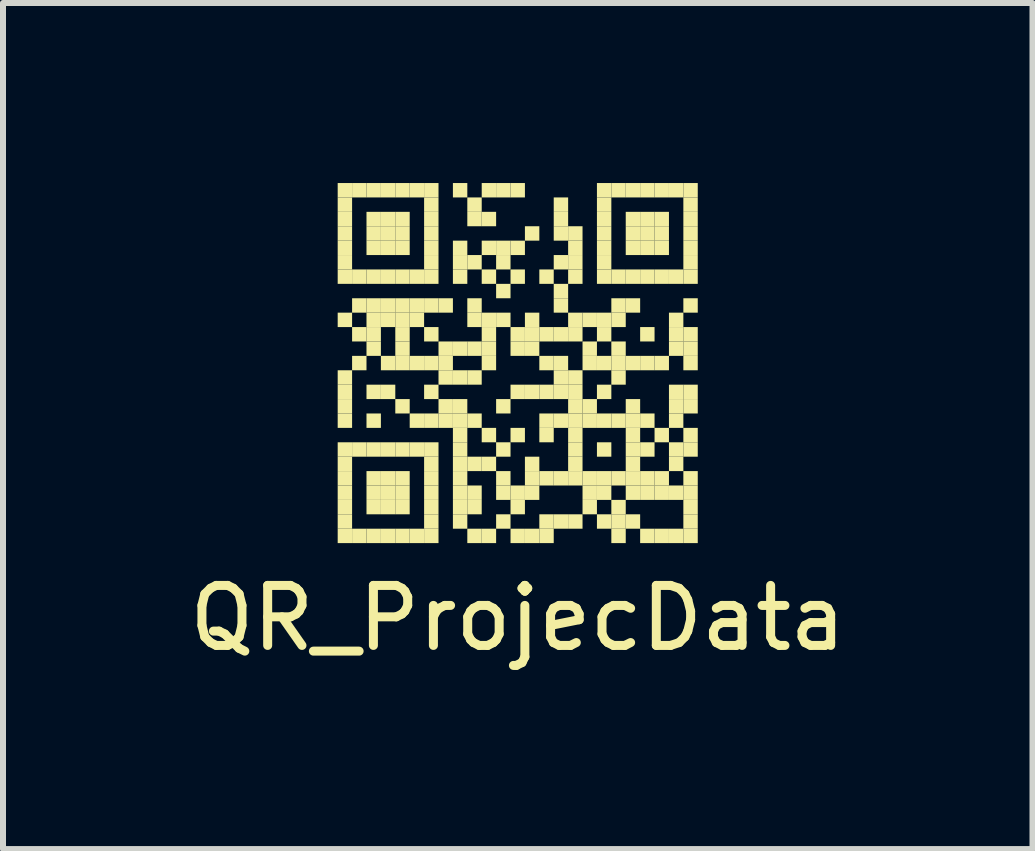
<source format=kicad_pcb>
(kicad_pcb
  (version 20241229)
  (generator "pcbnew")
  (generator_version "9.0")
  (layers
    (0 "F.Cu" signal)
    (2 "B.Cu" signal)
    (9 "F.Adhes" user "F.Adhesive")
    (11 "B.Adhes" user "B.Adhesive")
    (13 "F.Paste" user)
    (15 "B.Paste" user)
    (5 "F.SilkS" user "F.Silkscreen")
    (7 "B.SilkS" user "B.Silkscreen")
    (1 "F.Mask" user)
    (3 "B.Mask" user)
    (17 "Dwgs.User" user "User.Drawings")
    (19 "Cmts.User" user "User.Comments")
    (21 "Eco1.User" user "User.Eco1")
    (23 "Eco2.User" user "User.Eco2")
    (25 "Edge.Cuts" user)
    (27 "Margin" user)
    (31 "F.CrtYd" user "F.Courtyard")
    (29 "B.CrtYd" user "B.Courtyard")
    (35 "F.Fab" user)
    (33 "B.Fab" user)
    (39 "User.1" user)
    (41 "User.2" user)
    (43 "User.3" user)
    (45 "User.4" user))
  (footprint "QR_ProjecData"
    (layer "F.Cu")
    (at 5.577 3)
    (property "Reference" "QR_ProjecData" (at 0 4.25 0) (layer "F.SilkS") (effects (font (size 1 1) (thickness 0.15))))
    (attr exclude_from_pos_files exclude_from_bom)
    (fp_poly (pts (xy -3 -3) (xy -3 -2.76) (xy -2.76 -2.76) (xy -2.76 -3)) (stroke (width 0) (type solid)) (fill yes) (layer "F.SilkS"))
    (fp_poly (pts (xy -3 -2.76) (xy -3 -2.52) (xy -2.76 -2.52) (xy -2.76 -2.76)) (stroke (width 0) (type solid)) (fill yes) (layer "F.SilkS"))
    (fp_poly (pts (xy -3 -2.52) (xy -3 -2.28) (xy -2.76 -2.28) (xy -2.76 -2.52)) (stroke (width 0) (type solid)) (fill yes) (layer "F.SilkS"))
    (fp_poly (pts (xy -3 -2.28) (xy -3 -2.04) (xy -2.76 -2.04) (xy -2.76 -2.28)) (stroke (width 0) (type solid)) (fill yes) (layer "F.SilkS"))
    (fp_poly (pts (xy -3 -2.04) (xy -3 -1.8) (xy -2.76 -1.8) (xy -2.76 -2.04)) (stroke (width 0) (type solid)) (fill yes) (layer "F.SilkS"))
    (fp_poly (pts (xy -3 -1.8) (xy -3 -1.56) (xy -2.76 -1.56) (xy -2.76 -1.8)) (stroke (width 0) (type solid)) (fill yes) (layer "F.SilkS"))
    (fp_poly (pts (xy -3 -1.56) (xy -3 -1.32) (xy -2.76 -1.32) (xy -2.76 -1.56)) (stroke (width 0) (type solid)) (fill yes) (layer "F.SilkS"))
    (fp_poly (pts (xy -3 -0.84) (xy -3 -0.6) (xy -2.76 -0.6) (xy -2.76 -0.84)) (stroke (width 0) (type solid)) (fill yes) (layer "F.SilkS"))
    (fp_poly (pts (xy -3 0.12) (xy -3 0.36) (xy -2.76 0.36) (xy -2.76 0.12)) (stroke (width 0) (type solid)) (fill yes) (layer "F.SilkS"))
    (fp_poly (pts (xy -3 0.36) (xy -3 0.6) (xy -2.76 0.6) (xy -2.76 0.36)) (stroke (width 0) (type solid)) (fill yes) (layer "F.SilkS"))
    (fp_poly (pts (xy -3 0.6) (xy -3 0.84) (xy -2.76 0.84) (xy -2.76 0.6)) (stroke (width 0) (type solid)) (fill yes) (layer "F.SilkS"))
    (fp_poly (pts (xy -3 0.84) (xy -3 1.08) (xy -2.76 1.08) (xy -2.76 0.84)) (stroke (width 0) (type solid)) (fill yes) (layer "F.SilkS"))
    (fp_poly (pts (xy -3 1.32) (xy -3 1.56) (xy -2.76 1.56) (xy -2.76 1.32)) (stroke (width 0) (type solid)) (fill yes) (layer "F.SilkS"))
    (fp_poly (pts (xy -3 1.56) (xy -3 1.8) (xy -2.76 1.8) (xy -2.76 1.56)) (stroke (width 0) (type solid)) (fill yes) (layer "F.SilkS"))
    (fp_poly (pts (xy -3 1.8) (xy -3 2.04) (xy -2.76 2.04) (xy -2.76 1.8)) (stroke (width 0) (type solid)) (fill yes) (layer "F.SilkS"))
    (fp_poly (pts (xy -3 2.04) (xy -3 2.28) (xy -2.76 2.28) (xy -2.76 2.04)) (stroke (width 0) (type solid)) (fill yes) (layer "F.SilkS"))
    (fp_poly (pts (xy -3 2.28) (xy -3 2.52) (xy -2.76 2.52) (xy -2.76 2.28)) (stroke (width 0) (type solid)) (fill yes) (layer "F.SilkS"))
    (fp_poly (pts (xy -3 2.52) (xy -3 2.76) (xy -2.76 2.76) (xy -2.76 2.52)) (stroke (width 0) (type solid)) (fill yes) (layer "F.SilkS"))
    (fp_poly (pts (xy -3 2.76) (xy -3 3) (xy -2.76 3) (xy -2.76 2.76)) (stroke (width 0) (type solid)) (fill yes) (layer "F.SilkS"))
    (fp_poly (pts (xy -2.76 -3) (xy -2.76 -2.76) (xy -2.52 -2.76) (xy -2.52 -3)) (stroke (width 0) (type solid)) (fill yes) (layer "F.SilkS"))
    (fp_poly (pts (xy -2.76 -1.56) (xy -2.76 -1.32) (xy -2.52 -1.32) (xy -2.52 -1.56)) (stroke (width 0) (type solid)) (fill yes) (layer "F.SilkS"))
    (fp_poly (pts (xy -2.76 -1.08) (xy -2.76 -0.84) (xy -2.52 -0.84) (xy -2.52 -1.08)) (stroke (width 0) (type solid)) (fill yes) (layer "F.SilkS"))
    (fp_poly (pts (xy -2.76 -0.6) (xy -2.76 -0.36) (xy -2.52 -0.36) (xy -2.52 -0.6)) (stroke (width 0) (type solid)) (fill yes) (layer "F.SilkS"))
    (fp_poly (pts (xy -2.76 -0.12) (xy -2.76 0.12) (xy -2.52 0.12) (xy -2.52 -0.12)) (stroke (width 0) (type solid)) (fill yes) (layer "F.SilkS"))
    (fp_poly (pts (xy -2.76 1.32) (xy -2.76 1.56) (xy -2.52 1.56) (xy -2.52 1.32)) (stroke (width 0) (type solid)) (fill yes) (layer "F.SilkS"))
    (fp_poly (pts (xy -2.76 2.76) (xy -2.76 3) (xy -2.52 3) (xy -2.52 2.76)) (stroke (width 0) (type solid)) (fill yes) (layer "F.SilkS"))
    (fp_poly (pts (xy -2.52 -3) (xy -2.52 -2.76) (xy -2.28 -2.76) (xy -2.28 -3)) (stroke (width 0) (type solid)) (fill yes) (layer "F.SilkS"))
    (fp_poly (pts (xy -2.52 -2.52) (xy -2.52 -2.28) (xy -2.28 -2.28) (xy -2.28 -2.52)) (stroke (width 0) (type solid)) (fill yes) (layer "F.SilkS"))
    (fp_poly (pts (xy -2.52 -2.28) (xy -2.52 -2.04) (xy -2.28 -2.04) (xy -2.28 -2.28)) (stroke (width 0) (type solid)) (fill yes) (layer "F.SilkS"))
    (fp_poly (pts (xy -2.52 -2.04) (xy -2.52 -1.8) (xy -2.28 -1.8) (xy -2.28 -2.04)) (stroke (width 0) (type solid)) (fill yes) (layer "F.SilkS"))
    (fp_poly (pts (xy -2.52 -1.56) (xy -2.52 -1.32) (xy -2.28 -1.32) (xy -2.28 -1.56)) (stroke (width 0) (type solid)) (fill yes) (layer "F.SilkS"))
    (fp_poly (pts (xy -2.52 -1.08) (xy -2.52 -0.84) (xy -2.28 -0.84) (xy -2.28 -1.08)) (stroke (width 0) (type solid)) (fill yes) (layer "F.SilkS"))
    (fp_poly (pts (xy -2.52 -0.84) (xy -2.52 -0.6) (xy -2.28 -0.6) (xy -2.28 -0.84)) (stroke (width 0) (type solid)) (fill yes) (layer "F.SilkS"))
    (fp_poly (pts (xy -2.52 -0.6) (xy -2.52 -0.36) (xy -2.28 -0.36) (xy -2.28 -0.6)) (stroke (width 0) (type solid)) (fill yes) (layer "F.SilkS"))
    (fp_poly (pts (xy -2.52 -0.36) (xy -2.52 -0.12) (xy -2.28 -0.12) (xy -2.28 -0.36)) (stroke (width 0) (type solid)) (fill yes) (layer "F.SilkS"))
    (fp_poly (pts (xy -2.52 0.36) (xy -2.52 0.6) (xy -2.28 0.6) (xy -2.28 0.36)) (stroke (width 0) (type solid)) (fill yes) (layer "F.SilkS"))
    (fp_poly (pts (xy -2.52 0.84) (xy -2.52 1.08) (xy -2.28 1.08) (xy -2.28 0.84)) (stroke (width 0) (type solid)) (fill yes) (layer "F.SilkS"))
    (fp_poly (pts (xy -2.52 1.32) (xy -2.52 1.56) (xy -2.28 1.56) (xy -2.28 1.32)) (stroke (width 0) (type solid)) (fill yes) (layer "F.SilkS"))
    (fp_poly (pts (xy -2.52 1.8) (xy -2.52 2.04) (xy -2.28 2.04) (xy -2.28 1.8)) (stroke (width 0) (type solid)) (fill yes) (layer "F.SilkS"))
    (fp_poly (pts (xy -2.52 2.04) (xy -2.52 2.28) (xy -2.28 2.28) (xy -2.28 2.04)) (stroke (width 0) (type solid)) (fill yes) (layer "F.SilkS"))
    (fp_poly (pts (xy -2.52 2.28) (xy -2.52 2.52) (xy -2.28 2.52) (xy -2.28 2.28)) (stroke (width 0) (type solid)) (fill yes) (layer "F.SilkS"))
    (fp_poly (pts (xy -2.52 2.76) (xy -2.52 3) (xy -2.28 3) (xy -2.28 2.76)) (stroke (width 0) (type solid)) (fill yes) (layer "F.SilkS"))
    (fp_poly (pts (xy -2.28 -3) (xy -2.28 -2.76) (xy -2.04 -2.76) (xy -2.04 -3)) (stroke (width 0) (type solid)) (fill yes) (layer "F.SilkS"))
    (fp_poly (pts (xy -2.28 -2.52) (xy -2.28 -2.28) (xy -2.04 -2.28) (xy -2.04 -2.52)) (stroke (width 0) (type solid)) (fill yes) (layer "F.SilkS"))
    (fp_poly (pts (xy -2.28 -2.28) (xy -2.28 -2.04) (xy -2.04 -2.04) (xy -2.04 -2.28)) (stroke (width 0) (type solid)) (fill yes) (layer "F.SilkS"))
    (fp_poly (pts (xy -2.28 -2.04) (xy -2.28 -1.8) (xy -2.04 -1.8) (xy -2.04 -2.04)) (stroke (width 0) (type solid)) (fill yes) (layer "F.SilkS"))
    (fp_poly (pts (xy -2.28 -1.56) (xy -2.28 -1.32) (xy -2.04 -1.32) (xy -2.04 -1.56)) (stroke (width 0) (type solid)) (fill yes) (layer "F.SilkS"))
    (fp_poly (pts (xy -2.28 -1.08) (xy -2.28 -0.84) (xy -2.04 -0.84) (xy -2.04 -1.08)) (stroke (width 0) (type solid)) (fill yes) (layer "F.SilkS"))
    (fp_poly (pts (xy -2.28 -0.84) (xy -2.28 -0.6) (xy -2.04 -0.6) (xy -2.04 -0.84)) (stroke (width 0) (type solid)) (fill yes) (layer "F.SilkS"))
    (fp_poly (pts (xy -2.28 -0.12) (xy -2.28 0.12) (xy -2.04 0.12) (xy -2.04 -0.12)) (stroke (width 0) (type solid)) (fill yes) (layer "F.SilkS"))
    (fp_poly (pts (xy -2.28 0.36) (xy -2.28 0.6) (xy -2.04 0.6) (xy -2.04 0.36)) (stroke (width 0) (type solid)) (fill yes) (layer "F.SilkS"))
    (fp_poly (pts (xy -2.28 1.32) (xy -2.28 1.56) (xy -2.04 1.56) (xy -2.04 1.32)) (stroke (width 0) (type solid)) (fill yes) (layer "F.SilkS"))
    (fp_poly (pts (xy -2.28 1.8) (xy -2.28 2.04) (xy -2.04 2.04) (xy -2.04 1.8)) (stroke (width 0) (type solid)) (fill yes) (layer "F.SilkS"))
    (fp_poly (pts (xy -2.28 2.04) (xy -2.28 2.28) (xy -2.04 2.28) (xy -2.04 2.04)) (stroke (width 0) (type solid)) (fill yes) (layer "F.SilkS"))
    (fp_poly (pts (xy -2.28 2.28) (xy -2.28 2.52) (xy -2.04 2.52) (xy -2.04 2.28)) (stroke (width 0) (type solid)) (fill yes) (layer "F.SilkS"))
    (fp_poly (pts (xy -2.28 2.76) (xy -2.28 3) (xy -2.04 3) (xy -2.04 2.76)) (stroke (width 0) (type solid)) (fill yes) (layer "F.SilkS"))
    (fp_poly (pts (xy -2.04 -3) (xy -2.04 -2.76) (xy -1.8 -2.76) (xy -1.8 -3)) (stroke (width 0) (type solid)) (fill yes) (layer "F.SilkS"))
    (fp_poly (pts (xy -2.04 -2.52) (xy -2.04 -2.28) (xy -1.8 -2.28) (xy -1.8 -2.52)) (stroke (width 0) (type solid)) (fill yes) (layer "F.SilkS"))
    (fp_poly (pts (xy -2.04 -2.28) (xy -2.04 -2.04) (xy -1.8 -2.04) (xy -1.8 -2.28)) (stroke (width 0) (type solid)) (fill yes) (layer "F.SilkS"))
    (fp_poly (pts (xy -2.04 -2.04) (xy -2.04 -1.8) (xy -1.8 -1.8) (xy -1.8 -2.04)) (stroke (width 0) (type solid)) (fill yes) (layer "F.SilkS"))
    (fp_poly (pts (xy -2.04 -1.56) (xy -2.04 -1.32) (xy -1.8 -1.32) (xy -1.8 -1.56)) (stroke (width 0) (type solid)) (fill yes) (layer "F.SilkS"))
    (fp_poly (pts (xy -2.04 -1.08) (xy -2.04 -0.84) (xy -1.8 -0.84) (xy -1.8 -1.08)) (stroke (width 0) (type solid)) (fill yes) (layer "F.SilkS"))
    (fp_poly (pts (xy -2.04 -0.84) (xy -2.04 -0.6) (xy -1.8 -0.6) (xy -1.8 -0.84)) (stroke (width 0) (type solid)) (fill yes) (layer "F.SilkS"))
    (fp_poly (pts (xy -2.04 -0.6) (xy -2.04 -0.36) (xy -1.8 -0.36) (xy -1.8 -0.6)) (stroke (width 0) (type solid)) (fill yes) (layer "F.SilkS"))
    (fp_poly (pts (xy -2.04 -0.36) (xy -2.04 -0.12) (xy -1.8 -0.12) (xy -1.8 -0.36)) (stroke (width 0) (type solid)) (fill yes) (layer "F.SilkS"))
    (fp_poly (pts (xy -2.04 -0.12) (xy -2.04 0.12) (xy -1.8 0.12) (xy -1.8 -0.12)) (stroke (width 0) (type solid)) (fill yes) (layer "F.SilkS"))
    (fp_poly (pts (xy -2.04 0.6) (xy -2.04 0.84) (xy -1.8 0.84) (xy -1.8 0.6)) (stroke (width 0) (type solid)) (fill yes) (layer "F.SilkS"))
    (fp_poly (pts (xy -2.04 1.32) (xy -2.04 1.56) (xy -1.8 1.56) (xy -1.8 1.32)) (stroke (width 0) (type solid)) (fill yes) (layer "F.SilkS"))
    (fp_poly (pts (xy -2.04 1.8) (xy -2.04 2.04) (xy -1.8 2.04) (xy -1.8 1.8)) (stroke (width 0) (type solid)) (fill yes) (layer "F.SilkS"))
    (fp_poly (pts (xy -2.04 2.04) (xy -2.04 2.28) (xy -1.8 2.28) (xy -1.8 2.04)) (stroke (width 0) (type solid)) (fill yes) (layer "F.SilkS"))
    (fp_poly (pts (xy -2.04 2.28) (xy -2.04 2.52) (xy -1.8 2.52) (xy -1.8 2.28)) (stroke (width 0) (type solid)) (fill yes) (layer "F.SilkS"))
    (fp_poly (pts (xy -2.04 2.76) (xy -2.04 3) (xy -1.8 3) (xy -1.8 2.76)) (stroke (width 0) (type solid)) (fill yes) (layer "F.SilkS"))
    (fp_poly (pts (xy -1.8 -3) (xy -1.8 -2.76) (xy -1.56 -2.76) (xy -1.56 -3)) (stroke (width 0) (type solid)) (fill yes) (layer "F.SilkS"))
    (fp_poly (pts (xy -1.8 -1.56) (xy -1.8 -1.32) (xy -1.56 -1.32) (xy -1.56 -1.56)) (stroke (width 0) (type solid)) (fill yes) (layer "F.SilkS"))
    (fp_poly (pts (xy -1.8 -1.08) (xy -1.8 -0.84) (xy -1.56 -0.84) (xy -1.56 -1.08)) (stroke (width 0) (type solid)) (fill yes) (layer "F.SilkS"))
    (fp_poly (pts (xy -1.8 -0.84) (xy -1.8 -0.6) (xy -1.56 -0.6) (xy -1.56 -0.84)) (stroke (width 0) (type solid)) (fill yes) (layer "F.SilkS"))
    (fp_poly (pts (xy -1.8 -0.12) (xy -1.8 0.12) (xy -1.56 0.12) (xy -1.56 -0.12)) (stroke (width 0) (type solid)) (fill yes) (layer "F.SilkS"))
    (fp_poly (pts (xy -1.8 0.84) (xy -1.8 1.08) (xy -1.56 1.08) (xy -1.56 0.84)) (stroke (width 0) (type solid)) (fill yes) (layer "F.SilkS"))
    (fp_poly (pts (xy -1.8 1.32) (xy -1.8 1.56) (xy -1.56 1.56) (xy -1.56 1.32)) (stroke (width 0) (type solid)) (fill yes) (layer "F.SilkS"))
    (fp_poly (pts (xy -1.8 2.76) (xy -1.8 3) (xy -1.56 3) (xy -1.56 2.76)) (stroke (width 0) (type solid)) (fill yes) (layer "F.SilkS"))
    (fp_poly (pts (xy -1.56 -3) (xy -1.56 -2.76) (xy -1.32 -2.76) (xy -1.32 -3)) (stroke (width 0) (type solid)) (fill yes) (layer "F.SilkS"))
    (fp_poly (pts (xy -1.56 -2.76) (xy -1.56 -2.52) (xy -1.32 -2.52) (xy -1.32 -2.76)) (stroke (width 0) (type solid)) (fill yes) (layer "F.SilkS"))
    (fp_poly (pts (xy -1.56 -2.52) (xy -1.56 -2.28) (xy -1.32 -2.28) (xy -1.32 -2.52)) (stroke (width 0) (type solid)) (fill yes) (layer "F.SilkS"))
    (fp_poly (pts (xy -1.56 -2.28) (xy -1.56 -2.04) (xy -1.32 -2.04) (xy -1.32 -2.28)) (stroke (width 0) (type solid)) (fill yes) (layer "F.SilkS"))
    (fp_poly (pts (xy -1.56 -2.04) (xy -1.56 -1.8) (xy -1.32 -1.8) (xy -1.32 -2.04)) (stroke (width 0) (type solid)) (fill yes) (layer "F.SilkS"))
    (fp_poly (pts (xy -1.56 -1.8) (xy -1.56 -1.56) (xy -1.32 -1.56) (xy -1.32 -1.8)) (stroke (width 0) (type solid)) (fill yes) (layer "F.SilkS"))
    (fp_poly (pts (xy -1.56 -1.56) (xy -1.56 -1.32) (xy -1.32 -1.32) (xy -1.32 -1.56)) (stroke (width 0) (type solid)) (fill yes) (layer "F.SilkS"))
    (fp_poly (pts (xy -1.56 -1.08) (xy -1.56 -0.84) (xy -1.32 -0.84) (xy -1.32 -1.08)) (stroke (width 0) (type solid)) (fill yes) (layer "F.SilkS"))
    (fp_poly (pts (xy -1.56 -0.6) (xy -1.56 -0.36) (xy -1.32 -0.36) (xy -1.32 -0.6)) (stroke (width 0) (type solid)) (fill yes) (layer "F.SilkS"))
    (fp_poly (pts (xy -1.56 -0.12) (xy -1.56 0.12) (xy -1.32 0.12) (xy -1.32 -0.12)) (stroke (width 0) (type solid)) (fill yes) (layer "F.SilkS"))
    (fp_poly (pts (xy -1.56 0.36) (xy -1.56 0.6) (xy -1.32 0.6) (xy -1.32 0.36)) (stroke (width 0) (type solid)) (fill yes) (layer "F.SilkS"))
    (fp_poly (pts (xy -1.56 0.84) (xy -1.56 1.08) (xy -1.32 1.08) (xy -1.32 0.84)) (stroke (width 0) (type solid)) (fill yes) (layer "F.SilkS"))
    (fp_poly (pts (xy -1.56 1.32) (xy -1.56 1.56) (xy -1.32 1.56) (xy -1.32 1.32)) (stroke (width 0) (type solid)) (fill yes) (layer "F.SilkS"))
    (fp_poly (pts (xy -1.56 1.56) (xy -1.56 1.8) (xy -1.32 1.8) (xy -1.32 1.56)) (stroke (width 0) (type solid)) (fill yes) (layer "F.SilkS"))
    (fp_poly (pts (xy -1.56 1.8) (xy -1.56 2.04) (xy -1.32 2.04) (xy -1.32 1.8)) (stroke (width 0) (type solid)) (fill yes) (layer "F.SilkS"))
    (fp_poly (pts (xy -1.56 2.04) (xy -1.56 2.28) (xy -1.32 2.28) (xy -1.32 2.04)) (stroke (width 0) (type solid)) (fill yes) (layer "F.SilkS"))
    (fp_poly (pts (xy -1.56 2.28) (xy -1.56 2.52) (xy -1.32 2.52) (xy -1.32 2.28)) (stroke (width 0) (type solid)) (fill yes) (layer "F.SilkS"))
    (fp_poly (pts (xy -1.56 2.52) (xy -1.56 2.76) (xy -1.32 2.76) (xy -1.32 2.52)) (stroke (width 0) (type solid)) (fill yes) (layer "F.SilkS"))
    (fp_poly (pts (xy -1.56 2.76) (xy -1.56 3) (xy -1.32 3) (xy -1.32 2.76)) (stroke (width 0) (type solid)) (fill yes) (layer "F.SilkS"))
    (fp_poly (pts (xy -1.32 -1.08) (xy -1.32 -0.84) (xy -1.08 -0.84) (xy -1.08 -1.08)) (stroke (width 0) (type solid)) (fill yes) (layer "F.SilkS"))
    (fp_poly (pts (xy -1.32 -0.36) (xy -1.32 -0.12) (xy -1.08 -0.12) (xy -1.08 -0.36)) (stroke (width 0) (type solid)) (fill yes) (layer "F.SilkS"))
    (fp_poly (pts (xy -1.32 -0.12) (xy -1.32 0.12) (xy -1.08 0.12) (xy -1.08 -0.12)) (stroke (width 0) (type solid)) (fill yes) (layer "F.SilkS"))
    (fp_poly (pts (xy -1.32 0.12) (xy -1.32 0.36) (xy -1.08 0.36) (xy -1.08 0.12)) (stroke (width 0) (type solid)) (fill yes) (layer "F.SilkS"))
    (fp_poly (pts (xy -1.32 0.6) (xy -1.32 0.84) (xy -1.08 0.84) (xy -1.08 0.6)) (stroke (width 0) (type solid)) (fill yes) (layer "F.SilkS"))
    (fp_poly (pts (xy -1.32 0.84) (xy -1.32 1.08) (xy -1.08 1.08) (xy -1.08 0.84)) (stroke (width 0) (type solid)) (fill yes) (layer "F.SilkS"))
    (fp_poly (pts (xy -1.08 -3) (xy -1.08 -2.76) (xy -0.84 -2.76) (xy -0.84 -3)) (stroke (width 0) (type solid)) (fill yes) (layer "F.SilkS"))
    (fp_poly (pts (xy -1.08 -2.04) (xy -1.08 -1.8) (xy -0.84 -1.8) (xy -0.84 -2.04)) (stroke (width 0) (type solid)) (fill yes) (layer "F.SilkS"))
    (fp_poly (pts (xy -1.08 -1.8) (xy -1.08 -1.56) (xy -0.84 -1.56) (xy -0.84 -1.8)) (stroke (width 0) (type solid)) (fill yes) (layer "F.SilkS"))
    (fp_poly (pts (xy -1.08 -1.56) (xy -1.08 -1.32) (xy -0.84 -1.32) (xy -0.84 -1.56)) (stroke (width 0) (type solid)) (fill yes) (layer "F.SilkS"))
    (fp_poly (pts (xy -1.08 -0.36) (xy -1.08 -0.12) (xy -0.84 -0.12) (xy -0.84 -0.36)) (stroke (width 0) (type solid)) (fill yes) (layer "F.SilkS"))
    (fp_poly (pts (xy -1.08 0.12) (xy -1.08 0.36) (xy -0.84 0.36) (xy -0.84 0.12)) (stroke (width 0) (type solid)) (fill yes) (layer "F.SilkS"))
    (fp_poly (pts (xy -1.08 0.6) (xy -1.08 0.84) (xy -0.84 0.84) (xy -0.84 0.6)) (stroke (width 0) (type solid)) (fill yes) (layer "F.SilkS"))
    (fp_poly (pts (xy -1.08 0.84) (xy -1.08 1.08) (xy -0.84 1.08) (xy -0.84 0.84)) (stroke (width 0) (type solid)) (fill yes) (layer "F.SilkS"))
    (fp_poly (pts (xy -1.08 1.08) (xy -1.08 1.32) (xy -0.84 1.32) (xy -0.84 1.08)) (stroke (width 0) (type solid)) (fill yes) (layer "F.SilkS"))
    (fp_poly (pts (xy -1.08 1.32) (xy -1.08 1.56) (xy -0.84 1.56) (xy -0.84 1.32)) (stroke (width 0) (type solid)) (fill yes) (layer "F.SilkS"))
    (fp_poly (pts (xy -1.08 1.56) (xy -1.08 1.8) (xy -0.84 1.8) (xy -0.84 1.56)) (stroke (width 0) (type solid)) (fill yes) (layer "F.SilkS"))
    (fp_poly (pts (xy -1.08 1.8) (xy -1.08 2.04) (xy -0.84 2.04) (xy -0.84 1.8)) (stroke (width 0) (type solid)) (fill yes) (layer "F.SilkS"))
    (fp_poly (pts (xy -1.08 2.04) (xy -1.08 2.28) (xy -0.84 2.28) (xy -0.84 2.04)) (stroke (width 0) (type solid)) (fill yes) (layer "F.SilkS"))
    (fp_poly (pts (xy -1.08 2.28) (xy -1.08 2.52) (xy -0.84 2.52) (xy -0.84 2.28)) (stroke (width 0) (type solid)) (fill yes) (layer "F.SilkS"))
    (fp_poly (pts (xy -1.08 2.52) (xy -1.08 2.76) (xy -0.84 2.76) (xy -0.84 2.52)) (stroke (width 0) (type solid)) (fill yes) (layer "F.SilkS"))
    (fp_poly (pts (xy -0.84 -2.76) (xy -0.84 -2.52) (xy -0.6 -2.52) (xy -0.6 -2.76)) (stroke (width 0) (type solid)) (fill yes) (layer "F.SilkS"))
    (fp_poly (pts (xy -0.84 -2.52) (xy -0.84 -2.28) (xy -0.6 -2.28) (xy -0.6 -2.52)) (stroke (width 0) (type solid)) (fill yes) (layer "F.SilkS"))
    (fp_poly (pts (xy -0.84 -1.8) (xy -0.84 -1.56) (xy -0.6 -1.56) (xy -0.6 -1.8)) (stroke (width 0) (type solid)) (fill yes) (layer "F.SilkS"))
    (fp_poly (pts (xy -0.84 -1.08) (xy -0.84 -0.84) (xy -0.6 -0.84) (xy -0.6 -1.08)) (stroke (width 0) (type solid)) (fill yes) (layer "F.SilkS"))
    (fp_poly (pts (xy -0.84 -0.84) (xy -0.84 -0.6) (xy -0.6 -0.6) (xy -0.6 -0.84)) (stroke (width 0) (type solid)) (fill yes) (layer "F.SilkS"))
    (fp_poly (pts (xy -0.84 -0.36) (xy -0.84 -0.12) (xy -0.6 -0.12) (xy -0.6 -0.36)) (stroke (width 0) (type solid)) (fill yes) (layer "F.SilkS"))
    (fp_poly (pts (xy -0.84 0.12) (xy -0.84 0.36) (xy -0.6 0.36) (xy -0.6 0.12)) (stroke (width 0) (type solid)) (fill yes) (layer "F.SilkS"))
    (fp_poly (pts (xy -0.84 0.84) (xy -0.84 1.08) (xy -0.6 1.08) (xy -0.6 0.84)) (stroke (width 0) (type solid)) (fill yes) (layer "F.SilkS"))
    (fp_poly (pts (xy -0.84 1.56) (xy -0.84 1.8) (xy -0.6 1.8) (xy -0.6 1.56)) (stroke (width 0) (type solid)) (fill yes) (layer "F.SilkS"))
    (fp_poly (pts (xy -0.84 2.04) (xy -0.84 2.28) (xy -0.6 2.28) (xy -0.6 2.04)) (stroke (width 0) (type solid)) (fill yes) (layer "F.SilkS"))
    (fp_poly (pts (xy -0.84 2.28) (xy -0.84 2.52) (xy -0.6 2.52) (xy -0.6 2.28)) (stroke (width 0) (type solid)) (fill yes) (layer "F.SilkS"))
    (fp_poly (pts (xy -0.84 2.76) (xy -0.84 3) (xy -0.6 3) (xy -0.6 2.76)) (stroke (width 0) (type solid)) (fill yes) (layer "F.SilkS"))
    (fp_poly (pts (xy -0.6 -3) (xy -0.6 -2.76) (xy -0.36 -2.76) (xy -0.36 -3)) (stroke (width 0) (type solid)) (fill yes) (layer "F.SilkS"))
    (fp_poly (pts (xy -0.6 -2.52) (xy -0.6 -2.28) (xy -0.36 -2.28) (xy -0.36 -2.52)) (stroke (width 0) (type solid)) (fill yes) (layer "F.SilkS"))
    (fp_poly (pts (xy -0.6 -2.04) (xy -0.6 -1.8) (xy -0.36 -1.8) (xy -0.36 -2.04)) (stroke (width 0) (type solid)) (fill yes) (layer "F.SilkS"))
    (fp_poly (pts (xy -0.6 -1.56) (xy -0.6 -1.32) (xy -0.36 -1.32) (xy -0.36 -1.56)) (stroke (width 0) (type solid)) (fill yes) (layer "F.SilkS"))
    (fp_poly (pts (xy -0.6 -0.84) (xy -0.6 -0.6) (xy -0.36 -0.6) (xy -0.36 -0.84)) (stroke (width 0) (type solid)) (fill yes) (layer "F.SilkS"))
    (fp_poly (pts (xy -0.6 -0.6) (xy -0.6 -0.36) (xy -0.36 -0.36) (xy -0.36 -0.6)) (stroke (width 0) (type solid)) (fill yes) (layer "F.SilkS"))
    (fp_poly (pts (xy -0.6 -0.36) (xy -0.6 -0.12) (xy -0.36 -0.12) (xy -0.36 -0.36)) (stroke (width 0) (type solid)) (fill yes) (layer "F.SilkS"))
    (fp_poly (pts (xy -0.6 -0.12) (xy -0.6 0.12) (xy -0.36 0.12) (xy -0.36 -0.12)) (stroke (width 0) (type solid)) (fill yes) (layer "F.SilkS"))
    (fp_poly (pts (xy -0.6 1.08) (xy -0.6 1.32) (xy -0.36 1.32) (xy -0.36 1.08)) (stroke (width 0) (type solid)) (fill yes) (layer "F.SilkS"))
    (fp_poly (pts (xy -0.6 1.56) (xy -0.6 1.8) (xy -0.36 1.8) (xy -0.36 1.56)) (stroke (width 0) (type solid)) (fill yes) (layer "F.SilkS"))
    (fp_poly (pts (xy -0.6 2.76) (xy -0.6 3) (xy -0.36 3) (xy -0.36 2.76)) (stroke (width 0) (type solid)) (fill yes) (layer "F.SilkS"))
    (fp_poly (pts (xy -0.36 -3) (xy -0.36 -2.76) (xy -0.12 -2.76) (xy -0.12 -3)) (stroke (width 0) (type solid)) (fill yes) (layer "F.SilkS"))
    (fp_poly (pts (xy -0.36 -2.04) (xy -0.36 -1.8) (xy -0.12 -1.8) (xy -0.12 -2.04)) (stroke (width 0) (type solid)) (fill yes) (layer "F.SilkS"))
    (fp_poly (pts (xy -0.36 -1.8) (xy -0.36 -1.56) (xy -0.12 -1.56) (xy -0.12 -1.8)) (stroke (width 0) (type solid)) (fill yes) (layer "F.SilkS"))
    (fp_poly (pts (xy -0.36 -1.32) (xy -0.36 -1.08) (xy -0.12 -1.08) (xy -0.12 -1.32)) (stroke (width 0) (type solid)) (fill yes) (layer "F.SilkS"))
    (fp_poly (pts (xy -0.36 -0.84) (xy -0.36 -0.6) (xy -0.12 -0.6) (xy -0.12 -0.84)) (stroke (width 0) (type solid)) (fill yes) (layer "F.SilkS"))
    (fp_poly (pts (xy -0.36 0.6) (xy -0.36 0.84) (xy -0.12 0.84) (xy -0.12 0.6)) (stroke (width 0) (type solid)) (fill yes) (layer "F.SilkS"))
    (fp_poly (pts (xy -0.36 1.32) (xy -0.36 1.56) (xy -0.12 1.56) (xy -0.12 1.32)) (stroke (width 0) (type solid)) (fill yes) (layer "F.SilkS"))
    (fp_poly (pts (xy -0.36 1.8) (xy -0.36 2.04) (xy -0.12 2.04) (xy -0.12 1.8)) (stroke (width 0) (type solid)) (fill yes) (layer "F.SilkS"))
    (fp_poly (pts (xy -0.36 2.04) (xy -0.36 2.28) (xy -0.12 2.28) (xy -0.12 2.04)) (stroke (width 0) (type solid)) (fill yes) (layer "F.SilkS"))
    (fp_poly (pts (xy -0.36 2.52) (xy -0.36 2.76) (xy -0.12 2.76) (xy -0.12 2.52)) (stroke (width 0) (type solid)) (fill yes) (layer "F.SilkS"))
    (fp_poly (pts (xy -0.12 -3) (xy -0.12 -2.76) (xy 0.12 -2.76) (xy 0.12 -3)) (stroke (width 0) (type solid)) (fill yes) (layer "F.SilkS"))
    (fp_poly (pts (xy -0.12 -2.04) (xy -0.12 -1.8) (xy 0.12 -1.8) (xy 0.12 -2.04)) (stroke (width 0) (type solid)) (fill yes) (layer "F.SilkS"))
    (fp_poly (pts (xy -0.12 -1.56) (xy -0.12 -1.32) (xy 0.12 -1.32) (xy 0.12 -1.56)) (stroke (width 0) (type solid)) (fill yes) (layer "F.SilkS"))
    (fp_poly (pts (xy -0.12 -0.6) (xy -0.12 -0.36) (xy 0.12 -0.36) (xy 0.12 -0.6)) (stroke (width 0) (type solid)) (fill yes) (layer "F.SilkS"))
    (fp_poly (pts (xy -0.12 -0.36) (xy -0.12 -0.12) (xy 0.12 -0.12) (xy 0.12 -0.36)) (stroke (width 0) (type solid)) (fill yes) (layer "F.SilkS"))
    (fp_poly (pts (xy -0.12 0.36) (xy -0.12 0.6) (xy 0.12 0.6) (xy 0.12 0.36)) (stroke (width 0) (type solid)) (fill yes) (layer "F.SilkS"))
    (fp_poly (pts (xy -0.12 1.08) (xy -0.12 1.32) (xy 0.12 1.32) (xy 0.12 1.08)) (stroke (width 0) (type solid)) (fill yes) (layer "F.SilkS"))
    (fp_poly (pts (xy -0.12 2.04) (xy -0.12 2.28) (xy 0.12 2.28) (xy 0.12 2.04)) (stroke (width 0) (type solid)) (fill yes) (layer "F.SilkS"))
    (fp_poly (pts (xy -0.12 2.28) (xy -0.12 2.52) (xy 0.12 2.52) (xy 0.12 2.28)) (stroke (width 0) (type solid)) (fill yes) (layer "F.SilkS"))
    (fp_poly (pts (xy -0.12 2.76) (xy -0.12 3) (xy 0.12 3) (xy 0.12 2.76)) (stroke (width 0) (type solid)) (fill yes) (layer "F.SilkS"))
    (fp_poly (pts (xy 0.12 -2.28) (xy 0.12 -2.04) (xy 0.36 -2.04) (xy 0.36 -2.28)) (stroke (width 0) (type solid)) (fill yes) (layer "F.SilkS"))
    (fp_poly (pts (xy 0.12 -0.84) (xy 0.12 -0.6) (xy 0.36 -0.6) (xy 0.36 -0.84)) (stroke (width 0) (type solid)) (fill yes) (layer "F.SilkS"))
    (fp_poly (pts (xy 0.12 -0.6) (xy 0.12 -0.36) (xy 0.36 -0.36) (xy 0.36 -0.6)) (stroke (width 0) (type solid)) (fill yes) (layer "F.SilkS"))
    (fp_poly (pts (xy 0.12 -0.36) (xy 0.12 -0.12) (xy 0.36 -0.12) (xy 0.36 -0.36)) (stroke (width 0) (type solid)) (fill yes) (layer "F.SilkS"))
    (fp_poly (pts (xy 0.12 0.36) (xy 0.12 0.6) (xy 0.36 0.6) (xy 0.36 0.36)) (stroke (width 0) (type solid)) (fill yes) (layer "F.SilkS"))
    (fp_poly (pts (xy 0.12 1.56) (xy 0.12 1.8) (xy 0.36 1.8) (xy 0.36 1.56)) (stroke (width 0) (type solid)) (fill yes) (layer "F.SilkS"))
    (fp_poly (pts (xy 0.12 1.8) (xy 0.12 2.04) (xy 0.36 2.04) (xy 0.36 1.8)) (stroke (width 0) (type solid)) (fill yes) (layer "F.SilkS"))
    (fp_poly (pts (xy 0.12 2.04) (xy 0.12 2.28) (xy 0.36 2.28) (xy 0.36 2.04)) (stroke (width 0) (type solid)) (fill yes) (layer "F.SilkS"))
    (fp_poly (pts (xy 0.12 2.76) (xy 0.12 3) (xy 0.36 3) (xy 0.36 2.76)) (stroke (width 0) (type solid)) (fill yes) (layer "F.SilkS"))
    (fp_poly (pts (xy 0.36 -1.56) (xy 0.36 -1.32) (xy 0.6 -1.32) (xy 0.6 -1.56)) (stroke (width 0) (type solid)) (fill yes) (layer "F.SilkS"))
    (fp_poly (pts (xy 0.36 -0.6) (xy 0.36 -0.36) (xy 0.6 -0.36) (xy 0.6 -0.6)) (stroke (width 0) (type solid)) (fill yes) (layer "F.SilkS"))
    (fp_poly (pts (xy 0.36 -0.12) (xy 0.36 0.12) (xy 0.6 0.12) (xy 0.6 -0.12)) (stroke (width 0) (type solid)) (fill yes) (layer "F.SilkS"))
    (fp_poly (pts (xy 0.36 0.36) (xy 0.36 0.6) (xy 0.6 0.6) (xy 0.6 0.36)) (stroke (width 0) (type solid)) (fill yes) (layer "F.SilkS"))
    (fp_poly (pts (xy 0.36 0.84) (xy 0.36 1.08) (xy 0.6 1.08) (xy 0.6 0.84)) (stroke (width 0) (type solid)) (fill yes) (layer "F.SilkS"))
    (fp_poly (pts (xy 0.36 1.08) (xy 0.36 1.32) (xy 0.6 1.32) (xy 0.6 1.08)) (stroke (width 0) (type solid)) (fill yes) (layer "F.SilkS"))
    (fp_poly (pts (xy 0.36 1.8) (xy 0.36 2.04) (xy 0.6 2.04) (xy 0.6 1.8)) (stroke (width 0) (type solid)) (fill yes) (layer "F.SilkS"))
    (fp_poly (pts (xy 0.36 2.52) (xy 0.36 2.76) (xy 0.6 2.76) (xy 0.6 2.52)) (stroke (width 0) (type solid)) (fill yes) (layer "F.SilkS"))
    (fp_poly (pts (xy 0.36 2.76) (xy 0.36 3) (xy 0.6 3) (xy 0.6 2.76)) (stroke (width 0) (type solid)) (fill yes) (layer "F.SilkS"))
    (fp_poly (pts (xy 0.6 -2.76) (xy 0.6 -2.52) (xy 0.84 -2.52) (xy 0.84 -2.76)) (stroke (width 0) (type solid)) (fill yes) (layer "F.SilkS"))
    (fp_poly (pts (xy 0.6 -2.52) (xy 0.6 -2.28) (xy 0.84 -2.28) (xy 0.84 -2.52)) (stroke (width 0) (type solid)) (fill yes) (layer "F.SilkS"))
    (fp_poly (pts (xy 0.6 -2.28) (xy 0.6 -2.04) (xy 0.84 -2.04) (xy 0.84 -2.28)) (stroke (width 0) (type solid)) (fill yes) (layer "F.SilkS"))
    (fp_poly (pts (xy 0.6 -1.8) (xy 0.6 -1.56) (xy 0.84 -1.56) (xy 0.84 -1.8)) (stroke (width 0) (type solid)) (fill yes) (layer "F.SilkS"))
    (fp_poly (pts (xy 0.6 -1.32) (xy 0.6 -1.08) (xy 0.84 -1.08) (xy 0.84 -1.32)) (stroke (width 0) (type solid)) (fill yes) (layer "F.SilkS"))
    (fp_poly (pts (xy 0.6 -1.08) (xy 0.6 -0.84) (xy 0.84 -0.84) (xy 0.84 -1.08)) (stroke (width 0) (type solid)) (fill yes) (layer "F.SilkS"))
    (fp_poly (pts (xy 0.6 -0.6) (xy 0.6 -0.36) (xy 0.84 -0.36) (xy 0.84 -0.6)) (stroke (width 0) (type solid)) (fill yes) (layer "F.SilkS"))
    (fp_poly (pts (xy 0.6 -0.12) (xy 0.6 0.12) (xy 0.84 0.12) (xy 0.84 -0.12)) (stroke (width 0) (type solid)) (fill yes) (layer "F.SilkS"))
    (fp_poly (pts (xy 0.6 0.12) (xy 0.6 0.36) (xy 0.84 0.36) (xy 0.84 0.12)) (stroke (width 0) (type solid)) (fill yes) (layer "F.SilkS"))
    (fp_poly (pts (xy 0.6 0.36) (xy 0.6 0.6) (xy 0.84 0.6) (xy 0.84 0.36)) (stroke (width 0) (type solid)) (fill yes) (layer "F.SilkS"))
    (fp_poly (pts (xy 0.6 0.84) (xy 0.6 1.08) (xy 0.84 1.08) (xy 0.84 0.84)) (stroke (width 0) (type solid)) (fill yes) (layer "F.SilkS"))
    (fp_poly (pts (xy 0.6 1.8) (xy 0.6 2.04) (xy 0.84 2.04) (xy 0.84 1.8)) (stroke (width 0) (type solid)) (fill yes) (layer "F.SilkS"))
    (fp_poly (pts (xy 0.6 2.52) (xy 0.6 2.76) (xy 0.84 2.76) (xy 0.84 2.52)) (stroke (width 0) (type solid)) (fill yes) (layer "F.SilkS"))
    (fp_poly (pts (xy 0.84 -2.28) (xy 0.84 -2.04) (xy 1.08 -2.04) (xy 1.08 -2.28)) (stroke (width 0) (type solid)) (fill yes) (layer "F.SilkS"))
    (fp_poly (pts (xy 0.84 -2.04) (xy 0.84 -1.8) (xy 1.08 -1.8) (xy 1.08 -2.04)) (stroke (width 0) (type solid)) (fill yes) (layer "F.SilkS"))
    (fp_poly (pts (xy 0.84 -1.8) (xy 0.84 -1.56) (xy 1.08 -1.56) (xy 1.08 -1.8)) (stroke (width 0) (type solid)) (fill yes) (layer "F.SilkS"))
    (fp_poly (pts (xy 0.84 -1.56) (xy 0.84 -1.32) (xy 1.08 -1.32) (xy 1.08 -1.56)) (stroke (width 0) (type solid)) (fill yes) (layer "F.SilkS"))
    (fp_poly (pts (xy 0.84 -0.84) (xy 0.84 -0.6) (xy 1.08 -0.6) (xy 1.08 -0.84)) (stroke (width 0) (type solid)) (fill yes) (layer "F.SilkS"))
    (fp_poly (pts (xy 0.84 -0.6) (xy 0.84 -0.36) (xy 1.08 -0.36) (xy 1.08 -0.6)) (stroke (width 0) (type solid)) (fill yes) (layer "F.SilkS"))
    (fp_poly (pts (xy 0.84 0.12) (xy 0.84 0.36) (xy 1.08 0.36) (xy 1.08 0.12)) (stroke (width 0) (type solid)) (fill yes) (layer "F.SilkS"))
    (fp_poly (pts (xy 0.84 0.36) (xy 0.84 0.6) (xy 1.08 0.6) (xy 1.08 0.36)) (stroke (width 0) (type solid)) (fill yes) (layer "F.SilkS"))
    (fp_poly (pts (xy 0.84 0.6) (xy 0.84 0.84) (xy 1.08 0.84) (xy 1.08 0.6)) (stroke (width 0) (type solid)) (fill yes) (layer "F.SilkS"))
    (fp_poly (pts (xy 0.84 0.84) (xy 0.84 1.08) (xy 1.08 1.08) (xy 1.08 0.84)) (stroke (width 0) (type solid)) (fill yes) (layer "F.SilkS"))
    (fp_poly (pts (xy 0.84 1.08) (xy 0.84 1.32) (xy 1.08 1.32) (xy 1.08 1.08)) (stroke (width 0) (type solid)) (fill yes) (layer "F.SilkS"))
    (fp_poly (pts (xy 0.84 1.32) (xy 0.84 1.56) (xy 1.08 1.56) (xy 1.08 1.32)) (stroke (width 0) (type solid)) (fill yes) (layer "F.SilkS"))
    (fp_poly (pts (xy 0.84 1.56) (xy 0.84 1.8) (xy 1.08 1.8) (xy 1.08 1.56)) (stroke (width 0) (type solid)) (fill yes) (layer "F.SilkS"))
    (fp_poly (pts (xy 0.84 1.8) (xy 0.84 2.04) (xy 1.08 2.04) (xy 1.08 1.8)) (stroke (width 0) (type solid)) (fill yes) (layer "F.SilkS"))
    (fp_poly (pts (xy 0.84 2.52) (xy 0.84 2.76) (xy 1.08 2.76) (xy 1.08 2.52)) (stroke (width 0) (type solid)) (fill yes) (layer "F.SilkS"))
    (fp_poly (pts (xy 1.08 -0.84) (xy 1.08 -0.6) (xy 1.32 -0.6) (xy 1.32 -0.84)) (stroke (width 0) (type solid)) (fill yes) (layer "F.SilkS"))
    (fp_poly (pts (xy 1.08 -0.36) (xy 1.08 -0.12) (xy 1.32 -0.12) (xy 1.32 -0.36)) (stroke (width 0) (type solid)) (fill yes) (layer "F.SilkS"))
    (fp_poly (pts (xy 1.08 -0.12) (xy 1.08 0.12) (xy 1.32 0.12) (xy 1.32 -0.12)) (stroke (width 0) (type solid)) (fill yes) (layer "F.SilkS"))
    (fp_poly (pts (xy 1.08 0.6) (xy 1.08 0.84) (xy 1.32 0.84) (xy 1.32 0.6)) (stroke (width 0) (type solid)) (fill yes) (layer "F.SilkS"))
    (fp_poly (pts (xy 1.08 0.84) (xy 1.08 1.08) (xy 1.32 1.08) (xy 1.32 0.84)) (stroke (width 0) (type solid)) (fill yes) (layer "F.SilkS"))
    (fp_poly (pts (xy 1.08 1.8) (xy 1.08 2.04) (xy 1.32 2.04) (xy 1.32 1.8)) (stroke (width 0) (type solid)) (fill yes) (layer "F.SilkS"))
    (fp_poly (pts (xy 1.08 2.04) (xy 1.08 2.28) (xy 1.32 2.28) (xy 1.32 2.04)) (stroke (width 0) (type solid)) (fill yes) (layer "F.SilkS"))
    (fp_poly (pts (xy 1.08 2.28) (xy 1.08 2.52) (xy 1.32 2.52) (xy 1.32 2.28)) (stroke (width 0) (type solid)) (fill yes) (layer "F.SilkS"))
    (fp_poly (pts (xy 1.32 -3) (xy 1.32 -2.76) (xy 1.56 -2.76) (xy 1.56 -3)) (stroke (width 0) (type solid)) (fill yes) (layer "F.SilkS"))
    (fp_poly (pts (xy 1.32 -2.76) (xy 1.32 -2.52) (xy 1.56 -2.52) (xy 1.56 -2.76)) (stroke (width 0) (type solid)) (fill yes) (layer "F.SilkS"))
    (fp_poly (pts (xy 1.32 -2.52) (xy 1.32 -2.28) (xy 1.56 -2.28) (xy 1.56 -2.52)) (stroke (width 0) (type solid)) (fill yes) (layer "F.SilkS"))
    (fp_poly (pts (xy 1.32 -2.28) (xy 1.32 -2.04) (xy 1.56 -2.04) (xy 1.56 -2.28)) (stroke (width 0) (type solid)) (fill yes) (layer "F.SilkS"))
    (fp_poly (pts (xy 1.32 -2.04) (xy 1.32 -1.8) (xy 1.56 -1.8) (xy 1.56 -2.04)) (stroke (width 0) (type solid)) (fill yes) (layer "F.SilkS"))
    (fp_poly (pts (xy 1.32 -1.8) (xy 1.32 -1.56) (xy 1.56 -1.56) (xy 1.56 -1.8)) (stroke (width 0) (type solid)) (fill yes) (layer "F.SilkS"))
    (fp_poly (pts (xy 1.32 -1.56) (xy 1.32 -1.32) (xy 1.56 -1.32) (xy 1.56 -1.56)) (stroke (width 0) (type solid)) (fill yes) (layer "F.SilkS"))
    (fp_poly (pts (xy 1.32 -0.84) (xy 1.32 -0.6) (xy 1.56 -0.6) (xy 1.56 -0.84)) (stroke (width 0) (type solid)) (fill yes) (layer "F.SilkS"))
    (fp_poly (pts (xy 1.32 -0.6) (xy 1.32 -0.36) (xy 1.56 -0.36) (xy 1.56 -0.6)) (stroke (width 0) (type solid)) (fill yes) (layer "F.SilkS"))
    (fp_poly (pts (xy 1.32 -0.12) (xy 1.32 0.12) (xy 1.56 0.12) (xy 1.56 -0.12)) (stroke (width 0) (type solid)) (fill yes) (layer "F.SilkS"))
    (fp_poly (pts (xy 1.32 0.36) (xy 1.32 0.6) (xy 1.56 0.6) (xy 1.56 0.36)) (stroke (width 0) (type solid)) (fill yes) (layer "F.SilkS"))
    (fp_poly (pts (xy 1.32 0.84) (xy 1.32 1.08) (xy 1.56 1.08) (xy 1.56 0.84)) (stroke (width 0) (type solid)) (fill yes) (layer "F.SilkS"))
    (fp_poly (pts (xy 1.32 1.32) (xy 1.32 1.56) (xy 1.56 1.56) (xy 1.56 1.32)) (stroke (width 0) (type solid)) (fill yes) (layer "F.SilkS"))
    (fp_poly (pts (xy 1.32 1.8) (xy 1.32 2.04) (xy 1.56 2.04) (xy 1.56 1.8)) (stroke (width 0) (type solid)) (fill yes) (layer "F.SilkS"))
    (fp_poly (pts (xy 1.32 2.04) (xy 1.32 2.28) (xy 1.56 2.28) (xy 1.56 2.04)) (stroke (width 0) (type solid)) (fill yes) (layer "F.SilkS"))
    (fp_poly (pts (xy 1.32 2.52) (xy 1.32 2.76) (xy 1.56 2.76) (xy 1.56 2.52)) (stroke (width 0) (type solid)) (fill yes) (layer "F.SilkS"))
    (fp_poly (pts (xy 1.56 -3) (xy 1.56 -2.76) (xy 1.8 -2.76) (xy 1.8 -3)) (stroke (width 0) (type solid)) (fill yes) (layer "F.SilkS"))
    (fp_poly (pts (xy 1.56 -1.56) (xy 1.56 -1.32) (xy 1.8 -1.32) (xy 1.8 -1.56)) (stroke (width 0) (type solid)) (fill yes) (layer "F.SilkS"))
    (fp_poly (pts (xy 1.56 -1.08) (xy 1.56 -0.84) (xy 1.8 -0.84) (xy 1.8 -1.08)) (stroke (width 0) (type solid)) (fill yes) (layer "F.SilkS"))
    (fp_poly (pts (xy 1.56 -0.84) (xy 1.56 -0.6) (xy 1.8 -0.6) (xy 1.8 -0.84)) (stroke (width 0) (type solid)) (fill yes) (layer "F.SilkS"))
    (fp_poly (pts (xy 1.56 -0.36) (xy 1.56 -0.12) (xy 1.8 -0.12) (xy 1.8 -0.36)) (stroke (width 0) (type solid)) (fill yes) (layer "F.SilkS"))
    (fp_poly (pts (xy 1.56 -0.12) (xy 1.56 0.12) (xy 1.8 0.12) (xy 1.8 -0.12)) (stroke (width 0) (type solid)) (fill yes) (layer "F.SilkS"))
    (fp_poly (pts (xy 1.56 0.12) (xy 1.56 0.36) (xy 1.8 0.36) (xy 1.8 0.12)) (stroke (width 0) (type solid)) (fill yes) (layer "F.SilkS"))
    (fp_poly (pts (xy 1.56 0.84) (xy 1.56 1.08) (xy 1.8 1.08) (xy 1.8 0.84)) (stroke (width 0) (type solid)) (fill yes) (layer "F.SilkS"))
    (fp_poly (pts (xy 1.56 1.8) (xy 1.56 2.04) (xy 1.8 2.04) (xy 1.8 1.8)) (stroke (width 0) (type solid)) (fill yes) (layer "F.SilkS"))
    (fp_poly (pts (xy 1.56 2.28) (xy 1.56 2.52) (xy 1.8 2.52) (xy 1.8 2.28)) (stroke (width 0) (type solid)) (fill yes) (layer "F.SilkS"))
    (fp_poly (pts (xy 1.56 2.52) (xy 1.56 2.76) (xy 1.8 2.76) (xy 1.8 2.52)) (stroke (width 0) (type solid)) (fill yes) (layer "F.SilkS"))
    (fp_poly (pts (xy 1.56 2.76) (xy 1.56 3) (xy 1.8 3) (xy 1.8 2.76)) (stroke (width 0) (type solid)) (fill yes) (layer "F.SilkS"))
    (fp_poly (pts (xy 1.8 -3) (xy 1.8 -2.76) (xy 2.04 -2.76) (xy 2.04 -3)) (stroke (width 0) (type solid)) (fill yes) (layer "F.SilkS"))
    (fp_poly (pts (xy 1.8 -2.52) (xy 1.8 -2.28) (xy 2.04 -2.28) (xy 2.04 -2.52)) (stroke (width 0) (type solid)) (fill yes) (layer "F.SilkS"))
    (fp_poly (pts (xy 1.8 -2.28) (xy 1.8 -2.04) (xy 2.04 -2.04) (xy 2.04 -2.28)) (stroke (width 0) (type solid)) (fill yes) (layer "F.SilkS"))
    (fp_poly (pts (xy 1.8 -2.04) (xy 1.8 -1.8) (xy 2.04 -1.8) (xy 2.04 -2.04)) (stroke (width 0) (type solid)) (fill yes) (layer "F.SilkS"))
    (fp_poly (pts (xy 1.8 -1.56) (xy 1.8 -1.32) (xy 2.04 -1.32) (xy 2.04 -1.56)) (stroke (width 0) (type solid)) (fill yes) (layer "F.SilkS"))
    (fp_poly (pts (xy 1.8 -1.08) (xy 1.8 -0.84) (xy 2.04 -0.84) (xy 2.04 -1.08)) (stroke (width 0) (type solid)) (fill yes) (layer "F.SilkS"))
    (fp_poly (pts (xy 1.8 -0.12) (xy 1.8 0.12) (xy 2.04 0.12) (xy 2.04 -0.12)) (stroke (width 0) (type solid)) (fill yes) (layer "F.SilkS"))
    (fp_poly (pts (xy 1.8 0.6) (xy 1.8 0.84) (xy 2.04 0.84) (xy 2.04 0.6)) (stroke (width 0) (type solid)) (fill yes) (layer "F.SilkS"))
    (fp_poly (pts (xy 1.8 0.84) (xy 1.8 1.08) (xy 2.04 1.08) (xy 2.04 0.84)) (stroke (width 0) (type solid)) (fill yes) (layer "F.SilkS"))
    (fp_poly (pts (xy 1.8 1.08) (xy 1.8 1.32) (xy 2.04 1.32) (xy 2.04 1.08)) (stroke (width 0) (type solid)) (fill yes) (layer "F.SilkS"))
    (fp_poly (pts (xy 1.8 1.32) (xy 1.8 1.56) (xy 2.04 1.56) (xy 2.04 1.32)) (stroke (width 0) (type solid)) (fill yes) (layer "F.SilkS"))
    (fp_poly (pts (xy 1.8 1.56) (xy 1.8 1.8) (xy 2.04 1.8) (xy 2.04 1.56)) (stroke (width 0) (type solid)) (fill yes) (layer "F.SilkS"))
    (fp_poly (pts (xy 1.8 1.8) (xy 1.8 2.04) (xy 2.04 2.04) (xy 2.04 1.8)) (stroke (width 0) (type solid)) (fill yes) (layer "F.SilkS"))
    (fp_poly (pts (xy 1.8 2.04) (xy 1.8 2.28) (xy 2.04 2.28) (xy 2.04 2.04)) (stroke (width 0) (type solid)) (fill yes) (layer "F.SilkS"))
    (fp_poly (pts (xy 1.8 2.52) (xy 1.8 2.76) (xy 2.04 2.76) (xy 2.04 2.52)) (stroke (width 0) (type solid)) (fill yes) (layer "F.SilkS"))
    (fp_poly (pts (xy 2.04 -3) (xy 2.04 -2.76) (xy 2.28 -2.76) (xy 2.28 -3)) (stroke (width 0) (type solid)) (fill yes) (layer "F.SilkS"))
    (fp_poly (pts (xy 2.04 -2.52) (xy 2.04 -2.28) (xy 2.28 -2.28) (xy 2.28 -2.52)) (stroke (width 0) (type solid)) (fill yes) (layer "F.SilkS"))
    (fp_poly (pts (xy 2.04 -2.28) (xy 2.04 -2.04) (xy 2.28 -2.04) (xy 2.28 -2.28)) (stroke (width 0) (type solid)) (fill yes) (layer "F.SilkS"))
    (fp_poly (pts (xy 2.04 -2.04) (xy 2.04 -1.8) (xy 2.28 -1.8) (xy 2.28 -2.04)) (stroke (width 0) (type solid)) (fill yes) (layer "F.SilkS"))
    (fp_poly (pts (xy 2.04 -1.56) (xy 2.04 -1.32) (xy 2.28 -1.32) (xy 2.28 -1.56)) (stroke (width 0) (type solid)) (fill yes) (layer "F.SilkS"))
    (fp_poly (pts (xy 2.04 -0.6) (xy 2.04 -0.36) (xy 2.28 -0.36) (xy 2.28 -0.6)) (stroke (width 0) (type solid)) (fill yes) (layer "F.SilkS"))
    (fp_poly (pts (xy 2.04 -0.12) (xy 2.04 0.12) (xy 2.28 0.12) (xy 2.28 -0.12)) (stroke (width 0) (type solid)) (fill yes) (layer "F.SilkS"))
    (fp_poly (pts (xy 2.04 0.84) (xy 2.04 1.08) (xy 2.28 1.08) (xy 2.28 0.84)) (stroke (width 0) (type solid)) (fill yes) (layer "F.SilkS"))
    (fp_poly (pts (xy 2.04 1.32) (xy 2.04 1.56) (xy 2.28 1.56) (xy 2.28 1.32)) (stroke (width 0) (type solid)) (fill yes) (layer "F.SilkS"))
    (fp_poly (pts (xy 2.04 1.8) (xy 2.04 2.04) (xy 2.28 2.04) (xy 2.28 1.8)) (stroke (width 0) (type solid)) (fill yes) (layer "F.SilkS"))
    (fp_poly (pts (xy 2.04 2.04) (xy 2.04 2.28) (xy 2.28 2.28) (xy 2.28 2.04)) (stroke (width 0) (type solid)) (fill yes) (layer "F.SilkS"))
    (fp_poly (pts (xy 2.04 2.76) (xy 2.04 3) (xy 2.28 3) (xy 2.28 2.76)) (stroke (width 0) (type solid)) (fill yes) (layer "F.SilkS"))
    (fp_poly (pts (xy 2.28 -3) (xy 2.28 -2.76) (xy 2.52 -2.76) (xy 2.52 -3)) (stroke (width 0) (type solid)) (fill yes) (layer "F.SilkS"))
    (fp_poly (pts (xy 2.28 -2.52) (xy 2.28 -2.28) (xy 2.52 -2.28) (xy 2.52 -2.52)) (stroke (width 0) (type solid)) (fill yes) (layer "F.SilkS"))
    (fp_poly (pts (xy 2.28 -2.28) (xy 2.28 -2.04) (xy 2.52 -2.04) (xy 2.52 -2.28)) (stroke (width 0) (type solid)) (fill yes) (layer "F.SilkS"))
    (fp_poly (pts (xy 2.28 -2.04) (xy 2.28 -1.8) (xy 2.52 -1.8) (xy 2.52 -2.04)) (stroke (width 0) (type solid)) (fill yes) (layer "F.SilkS"))
    (fp_poly (pts (xy 2.28 -1.56) (xy 2.28 -1.32) (xy 2.52 -1.32) (xy 2.52 -1.56)) (stroke (width 0) (type solid)) (fill yes) (layer "F.SilkS"))
    (fp_poly (pts (xy 2.28 -0.12) (xy 2.28 0.12) (xy 2.52 0.12) (xy 2.52 -0.12)) (stroke (width 0) (type solid)) (fill yes) (layer "F.SilkS"))
    (fp_poly (pts (xy 2.28 1.08) (xy 2.28 1.32) (xy 2.52 1.32) (xy 2.52 1.08)) (stroke (width 0) (type solid)) (fill yes) (layer "F.SilkS"))
    (fp_poly (pts (xy 2.28 1.8) (xy 2.28 2.04) (xy 2.52 2.04) (xy 2.52 1.8)) (stroke (width 0) (type solid)) (fill yes) (layer "F.SilkS"))
    (fp_poly (pts (xy 2.28 2.04) (xy 2.28 2.28) (xy 2.52 2.28) (xy 2.52 2.04)) (stroke (width 0) (type solid)) (fill yes) (layer "F.SilkS"))
    (fp_poly (pts (xy 2.28 2.76) (xy 2.28 3) (xy 2.52 3) (xy 2.52 2.76)) (stroke (width 0) (type solid)) (fill yes) (layer "F.SilkS"))
    (fp_poly (pts (xy 2.52 -3) (xy 2.52 -2.76) (xy 2.76 -2.76) (xy 2.76 -3)) (stroke (width 0) (type solid)) (fill yes) (layer "F.SilkS"))
    (fp_poly (pts (xy 2.52 -1.56) (xy 2.52 -1.32) (xy 2.76 -1.32) (xy 2.76 -1.56)) (stroke (width 0) (type solid)) (fill yes) (layer "F.SilkS"))
    (fp_poly (pts (xy 2.52 -0.84) (xy 2.52 -0.6) (xy 2.76 -0.6) (xy 2.76 -0.84)) (stroke (width 0) (type solid)) (fill yes) (layer "F.SilkS"))
    (fp_poly (pts (xy 2.52 -0.6) (xy 2.52 -0.36) (xy 2.76 -0.36) (xy 2.76 -0.6)) (stroke (width 0) (type solid)) (fill yes) (layer "F.SilkS"))
    (fp_poly (pts (xy 2.52 -0.36) (xy 2.52 -0.12) (xy 2.76 -0.12) (xy 2.76 -0.36)) (stroke (width 0) (type solid)) (fill yes) (layer "F.SilkS"))
    (fp_poly (pts (xy 2.52 0.36) (xy 2.52 0.6) (xy 2.76 0.6) (xy 2.76 0.36)) (stroke (width 0) (type solid)) (fill yes) (layer "F.SilkS"))
    (fp_poly (pts (xy 2.52 0.6) (xy 2.52 0.84) (xy 2.76 0.84) (xy 2.76 0.6)) (stroke (width 0) (type solid)) (fill yes) (layer "F.SilkS"))
    (fp_poly (pts (xy 2.52 0.84) (xy 2.52 1.08) (xy 2.76 1.08) (xy 2.76 0.84)) (stroke (width 0) (type solid)) (fill yes) (layer "F.SilkS"))
    (fp_poly (pts (xy 2.52 1.32) (xy 2.52 1.56) (xy 2.76 1.56) (xy 2.76 1.32)) (stroke (width 0) (type solid)) (fill yes) (layer "F.SilkS"))
    (fp_poly (pts (xy 2.52 1.56) (xy 2.52 1.8) (xy 2.76 1.8) (xy 2.76 1.56)) (stroke (width 0) (type solid)) (fill yes) (layer "F.SilkS"))
    (fp_poly (pts (xy 2.52 2.04) (xy 2.52 2.28) (xy 2.76 2.28) (xy 2.76 2.04)) (stroke (width 0) (type solid)) (fill yes) (layer "F.SilkS"))
    (fp_poly (pts (xy 2.52 2.76) (xy 2.52 3) (xy 2.76 3) (xy 2.76 2.76)) (stroke (width 0) (type solid)) (fill yes) (layer "F.SilkS"))
    (fp_poly (pts (xy 2.76 -3) (xy 2.76 -2.76) (xy 3 -2.76) (xy 3 -3)) (stroke (width 0) (type solid)) (fill yes) (layer "F.SilkS"))
    (fp_poly (pts (xy 2.76 -2.76) (xy 2.76 -2.52) (xy 3 -2.52) (xy 3 -2.76)) (stroke (width 0) (type solid)) (fill yes) (layer "F.SilkS"))
    (fp_poly (pts (xy 2.76 -2.52) (xy 2.76 -2.28) (xy 3 -2.28) (xy 3 -2.52)) (stroke (width 0) (type solid)) (fill yes) (layer "F.SilkS"))
    (fp_poly (pts (xy 2.76 -2.28) (xy 2.76 -2.04) (xy 3 -2.04) (xy 3 -2.28)) (stroke (width 0) (type solid)) (fill yes) (layer "F.SilkS"))
    (fp_poly (pts (xy 2.76 -2.04) (xy 2.76 -1.8) (xy 3 -1.8) (xy 3 -2.04)) (stroke (width 0) (type solid)) (fill yes) (layer "F.SilkS"))
    (fp_poly (pts (xy 2.76 -1.8) (xy 2.76 -1.56) (xy 3 -1.56) (xy 3 -1.8)) (stroke (width 0) (type solid)) (fill yes) (layer "F.SilkS"))
    (fp_poly (pts (xy 2.76 -1.56) (xy 2.76 -1.32) (xy 3 -1.32) (xy 3 -1.56)) (stroke (width 0) (type solid)) (fill yes) (layer "F.SilkS"))
    (fp_poly (pts (xy 2.76 -1.08) (xy 2.76 -0.84) (xy 3 -0.84) (xy 3 -1.08)) (stroke (width 0) (type solid)) (fill yes) (layer "F.SilkS"))
    (fp_poly (pts (xy 2.76 -0.6) (xy 2.76 -0.36) (xy 3 -0.36) (xy 3 -0.6)) (stroke (width 0) (type solid)) (fill yes) (layer "F.SilkS"))
    (fp_poly (pts (xy 2.76 -0.36) (xy 2.76 -0.12) (xy 3 -0.12) (xy 3 -0.36)) (stroke (width 0) (type solid)) (fill yes) (layer "F.SilkS"))
    (fp_poly (pts (xy 2.76 -0.12) (xy 2.76 0.12) (xy 3 0.12) (xy 3 -0.12)) (stroke (width 0) (type solid)) (fill yes) (layer "F.SilkS"))
    (fp_poly (pts (xy 2.76 0.36) (xy 2.76 0.6) (xy 3 0.6) (xy 3 0.36)) (stroke (width 0) (type solid)) (fill yes) (layer "F.SilkS"))
    (fp_poly (pts (xy 2.76 0.6) (xy 2.76 0.84) (xy 3 0.84) (xy 3 0.6)) (stroke (width 0) (type solid)) (fill yes) (layer "F.SilkS"))
    (fp_poly (pts (xy 2.76 1.08) (xy 2.76 1.32) (xy 3 1.32) (xy 3 1.08)) (stroke (width 0) (type solid)) (fill yes) (layer "F.SilkS"))
    (fp_poly (pts (xy 2.76 1.32) (xy 2.76 1.56) (xy 3 1.56) (xy 3 1.32)) (stroke (width 0) (type solid)) (fill yes) (layer "F.SilkS"))
    (fp_poly (pts (xy 2.76 1.8) (xy 2.76 2.04) (xy 3 2.04) (xy 3 1.8)) (stroke (width 0) (type solid)) (fill yes) (layer "F.SilkS"))
    (fp_poly (pts (xy 2.76 2.04) (xy 2.76 2.28) (xy 3 2.28) (xy 3 2.04)) (stroke (width 0) (type solid)) (fill yes) (layer "F.SilkS"))
    (fp_poly (pts (xy 2.76 2.28) (xy 2.76 2.52) (xy 3 2.52) (xy 3 2.28)) (stroke (width 0) (type solid)) (fill yes) (layer "F.SilkS"))
    (fp_poly (pts (xy 2.76 2.52) (xy 2.76 2.76) (xy 3 2.76) (xy 3 2.52)) (stroke (width 0) (type solid)) (fill yes) (layer "F.SilkS"))
    (fp_poly (pts (xy 2.76 2.76) (xy 2.76 3) (xy 3 3) (xy 3 2.76)) (stroke (width 0) (type solid)) (fill yes) (layer "F.SilkS")))
  (gr_rect
    (start -3 -3)
    (end 14.155 11.098)
    (stroke (width 0.1) (type default))
    (fill no)
    (layer "Edge.Cuts")))
</source>
